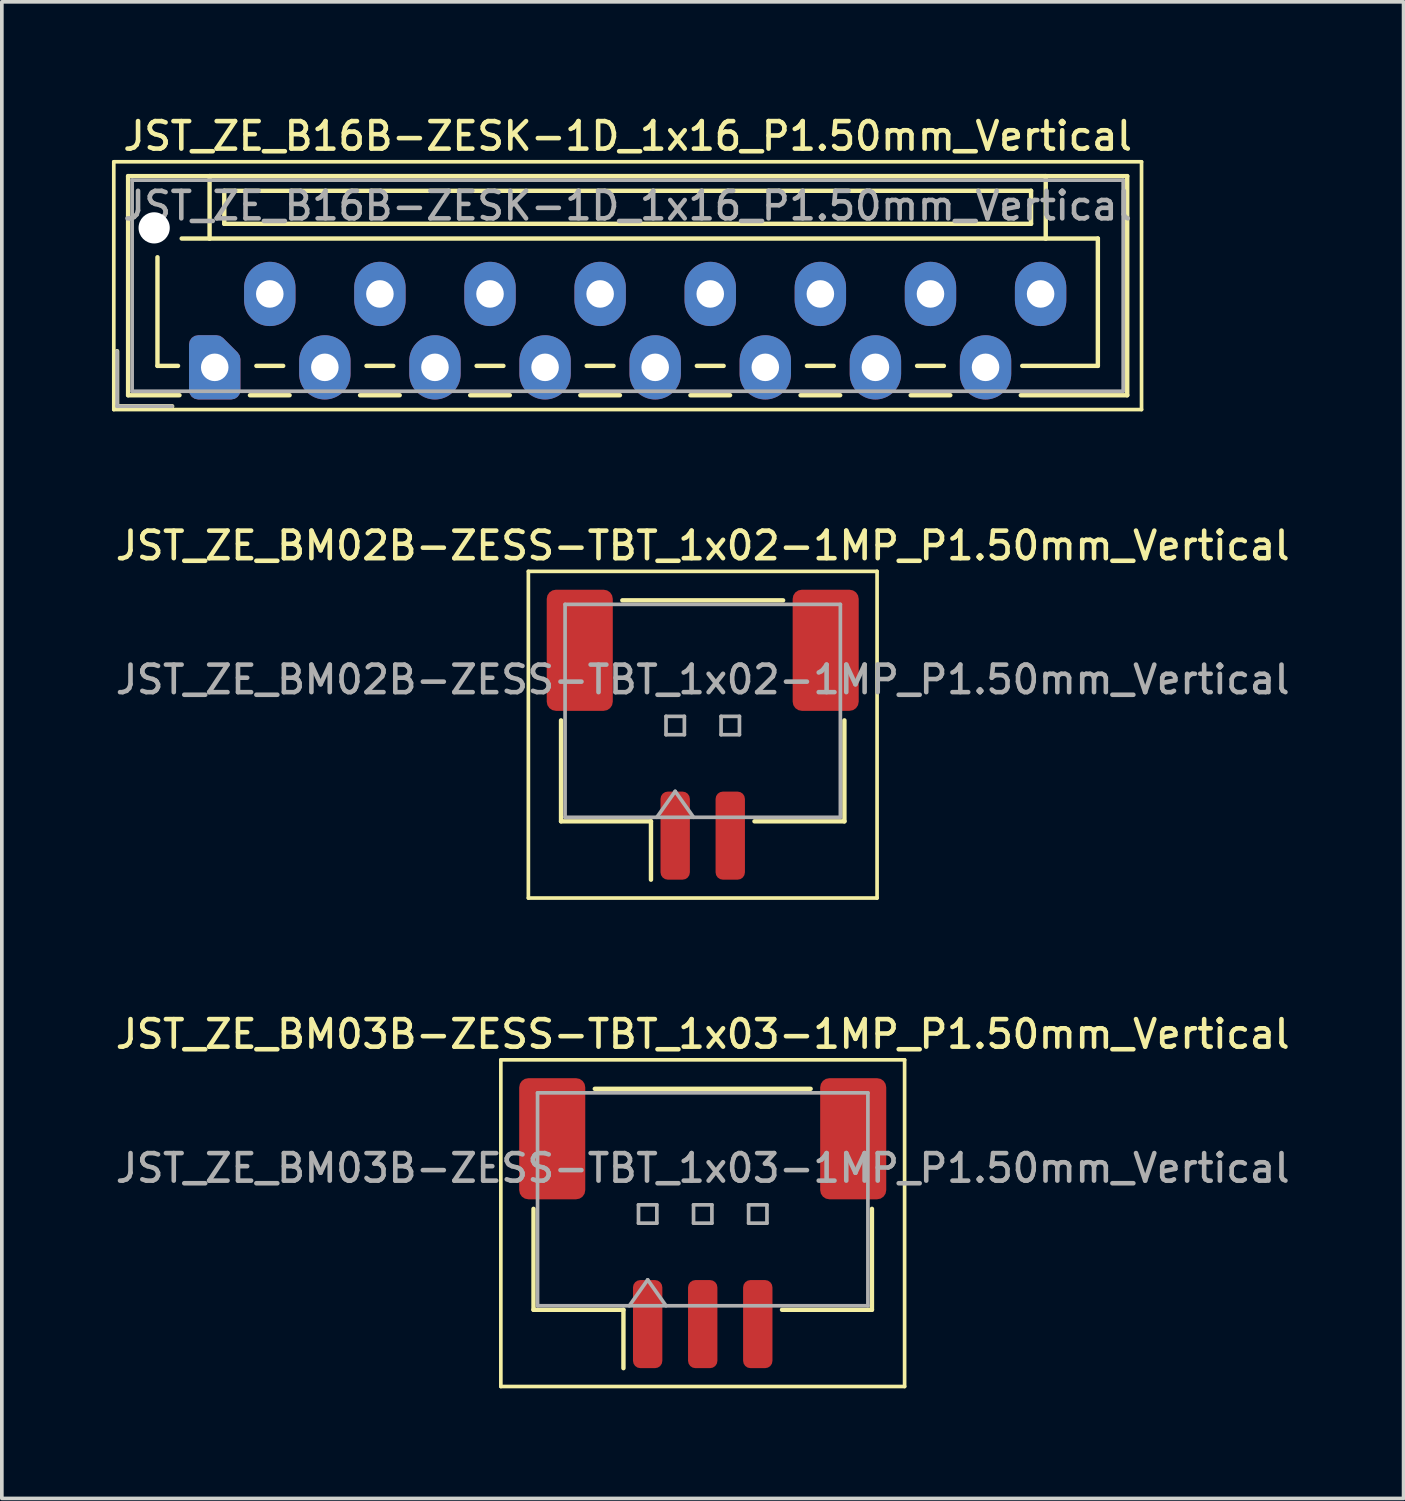
<source format=kicad_pcb>
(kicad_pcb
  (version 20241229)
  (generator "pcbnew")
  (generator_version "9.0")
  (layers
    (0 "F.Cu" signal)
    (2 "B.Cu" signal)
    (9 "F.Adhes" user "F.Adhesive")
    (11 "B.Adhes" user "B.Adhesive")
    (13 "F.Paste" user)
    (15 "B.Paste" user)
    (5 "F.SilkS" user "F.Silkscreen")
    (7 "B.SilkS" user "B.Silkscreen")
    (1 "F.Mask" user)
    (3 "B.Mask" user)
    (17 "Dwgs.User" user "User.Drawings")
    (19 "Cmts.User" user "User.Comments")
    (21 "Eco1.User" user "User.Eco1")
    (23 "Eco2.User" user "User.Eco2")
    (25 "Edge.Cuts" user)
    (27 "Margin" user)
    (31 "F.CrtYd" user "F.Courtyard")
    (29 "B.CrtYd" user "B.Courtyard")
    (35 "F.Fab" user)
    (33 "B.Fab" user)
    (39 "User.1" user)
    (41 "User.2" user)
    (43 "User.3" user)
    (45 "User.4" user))
  (footprint "JST_ZE_B16B-ZESK-1D_1x16_P1.50mm_Vertical"
    (layer "F.Cu")
    (at 2.8 6.958)
    (property "Reference" "JST_ZE_B16B-ZESK-1D_1x16_P1.50mm_Vertical" (at 11.25 -6.3 0) (layer "F.SilkS") (effects (font (size 0.75 0.75) (thickness 0.125))))
    (attr through_hole)
    (fp_line (start -2.75 -5.6) (end -2.75 1.15) (stroke (width 0.1) (type solid)) (layer "F.SilkS"))
    (fp_line (start -2.75 1.15) (end 25.25 1.15) (stroke (width 0.1) (type solid)) (layer "F.SilkS"))
    (fp_line (start -2.66 -0.44) (end -2.66 1.06) (stroke (width 0.12) (type solid)) (layer "F.SilkS"))
    (fp_line (start -2.66 1.06) (end -1.16 1.06) (stroke (width 0.12) (type solid)) (layer "F.SilkS"))
    (fp_line (start -2.36 -5.21) (end 24.86 -5.21) (stroke (width 0.12) (type solid)) (layer "F.SilkS"))
    (fp_line (start -2.36 0.76) (end -2.36 -5.21) (stroke (width 0.12) (type solid)) (layer "F.SilkS"))
    (fp_line (start -1.56 -3) (end -1.56 -0.04) (stroke (width 0.12) (type solid)) (layer "F.SilkS"))
    (fp_line (start -1.56 -0.04) (end -1 -0.04) (stroke (width 0.12) (type solid)) (layer "F.SilkS"))
    (fp_line (start -0.96 0.76) (end -2.36 0.76) (stroke (width 0.12) (type solid)) (layer "F.SilkS"))
    (fp_line (start -0.14 -5.21) (end -0.14 -3.51) (stroke (width 0.12) (type solid)) (layer "F.SilkS"))
    (fp_line (start -0.14 -3.51) (end -0.9 -3.51) (stroke (width 0.12) (type solid)) (layer "F.SilkS"))
    (fp_line (start -0.14 -3.51) (end 22.64 -3.51) (stroke (width 0.12) (type solid)) (layer "F.SilkS"))
    (fp_line (start 0.26 -4.81) (end 0.26 -3.91) (stroke (width 0.12) (type solid)) (layer "F.SilkS"))
    (fp_line (start 0.26 -3.91) (end 22.24 -3.91) (stroke (width 0.12) (type solid)) (layer "F.SilkS"))
    (fp_line (start 0.96 0.76) (end 2.04 0.76) (stroke (width 0.12) (type solid)) (layer "F.SilkS"))
    (fp_line (start 1.135 -0.04) (end 1.865 -0.04) (stroke (width 0.12) (type solid)) (layer "F.SilkS"))
    (fp_line (start 3.96 0.76) (end 5.04 0.76) (stroke (width 0.12) (type solid)) (layer "F.SilkS"))
    (fp_line (start 4.135 -0.04) (end 4.865 -0.04) (stroke (width 0.12) (type solid)) (layer "F.SilkS"))
    (fp_line (start 6.96 0.76) (end 8.04 0.76) (stroke (width 0.12) (type solid)) (layer "F.SilkS"))
    (fp_line (start 7.135 -0.04) (end 7.865 -0.04) (stroke (width 0.12) (type solid)) (layer "F.SilkS"))
    (fp_line (start 9.96 0.76) (end 11.04 0.76) (stroke (width 0.12) (type solid)) (layer "F.SilkS"))
    (fp_line (start 10.135 -0.04) (end 10.865 -0.04) (stroke (width 0.12) (type solid)) (layer "F.SilkS"))
    (fp_line (start 12.96 0.76) (end 14.04 0.76) (stroke (width 0.12) (type solid)) (layer "F.SilkS"))
    (fp_line (start 13.135 -0.04) (end 13.865 -0.04) (stroke (width 0.12) (type solid)) (layer "F.SilkS"))
    (fp_line (start 15.96 0.76) (end 17.04 0.76) (stroke (width 0.12) (type solid)) (layer "F.SilkS"))
    (fp_line (start 16.135 -0.04) (end 16.865 -0.04) (stroke (width 0.12) (type solid)) (layer "F.SilkS"))
    (fp_line (start 18.96 0.76) (end 20.04 0.76) (stroke (width 0.12) (type solid)) (layer "F.SilkS"))
    (fp_line (start 19.135 -0.04) (end 19.865 -0.04) (stroke (width 0.12) (type solid)) (layer "F.SilkS"))
    (fp_line (start 22.24 -4.81) (end 0.26 -4.81) (stroke (width 0.12) (type solid)) (layer "F.SilkS"))
    (fp_line (start 22.24 -3.91) (end 22.24 -4.81) (stroke (width 0.12) (type solid)) (layer "F.SilkS"))
    (fp_line (start 22.64 -5.21) (end -0.14 -5.21) (stroke (width 0.12) (type solid)) (layer "F.SilkS"))
    (fp_line (start 22.64 -3.51) (end 22.64 -5.21) (stroke (width 0.12) (type solid)) (layer "F.SilkS"))
    (fp_line (start 22.64 -3.51) (end 24.06 -3.51) (stroke (width 0.12) (type solid)) (layer "F.SilkS"))
    (fp_line (start 24.06 -3.51) (end 24.06 -0.04) (stroke (width 0.12) (type solid)) (layer "F.SilkS"))
    (fp_line (start 24.06 -0.04) (end 22 -0.04) (stroke (width 0.12) (type solid)) (layer "F.SilkS"))
    (fp_line (start 24.86 -5.21) (end 24.86 0.76) (stroke (width 0.12) (type solid)) (layer "F.SilkS"))
    (fp_line (start 24.86 0.76) (end 21.96 0.76) (stroke (width 0.12) (type solid)) (layer "F.SilkS"))
    (fp_line (start 25.25 -5.6) (end -2.75 -5.6) (stroke (width 0.1) (type solid)) (layer "F.SilkS"))
    (fp_line (start 25.25 1.15) (end 25.25 -5.6) (stroke (width 0.1) (type solid)) (layer "F.SilkS"))
    (fp_line (start -2.66 -0.44) (end -2.66 1.06) (stroke (width 0.1) (type solid)) (layer "F.Fab"))
    (fp_line (start -2.66 1.06) (end -1.16 1.06) (stroke (width 0.1) (type solid)) (layer "F.Fab"))
    (fp_line (start -2.25 -5.1) (end -2.25 0.65) (stroke (width 0.1) (type solid)) (layer "F.Fab"))
    (fp_line (start -2.25 0.65) (end 24.75 0.65) (stroke (width 0.1) (type solid)) (layer "F.Fab"))
    (fp_line (start 24.75 -5.1) (end -2.25 -5.1) (stroke (width 0.1) (type solid)) (layer "F.Fab"))
    (fp_line (start 24.75 0.65) (end 24.75 -5.1) (stroke (width 0.1) (type solid)) (layer "F.Fab"))
    (fp_text user "${REFERENCE}" (at 11.25 -4.4 0) (layer "F.Fab") (effects (font (size 0.75 0.75) (thickness 0.125))))
    (pad "" np_thru_hole circle (at -1.65 -3.8) (size 0.85 0.85) (drill 0.85) (layers "*.Cu" "*.Mask"))
    (pad "1" thru_hole custom (at 0 0) (size 1.117 1.117) (drill 0.75) (layers "*.Cu" "*.Mask") (options (anchor circle)) (primitives (gr_poly (pts (xy 0.45 -0.225) (xy 0.45 0.625) (xy -0.45 0.625) (xy -0.45 -0.625) (xy 0.05 -0.625)) (width 0.5) (fill yes))))
    (pad "2" thru_hole oval (at 1.5 -2) (size 1.4 1.75) (drill 0.75) (layers "*.Cu" "*.Mask"))
    (pad "3" thru_hole oval (at 3 0) (size 1.4 1.75) (drill 0.75) (layers "*.Cu" "*.Mask"))
    (pad "4" thru_hole oval (at 4.5 -2) (size 1.4 1.75) (drill 0.75) (layers "*.Cu" "*.Mask"))
    (pad "5" thru_hole oval (at 6 0) (size 1.4 1.75) (drill 0.75) (layers "*.Cu" "*.Mask"))
    (pad "6" thru_hole oval (at 7.5 -2) (size 1.4 1.75) (drill 0.75) (layers "*.Cu" "*.Mask"))
    (pad "7" thru_hole oval (at 9 0) (size 1.4 1.75) (drill 0.75) (layers "*.Cu" "*.Mask"))
    (pad "8" thru_hole oval (at 10.5 -2) (size 1.4 1.75) (drill 0.75) (layers "*.Cu" "*.Mask"))
    (pad "9" thru_hole oval (at 12 0) (size 1.4 1.75) (drill 0.75) (layers "*.Cu" "*.Mask"))
    (pad "10" thru_hole oval (at 13.5 -2) (size 1.4 1.75) (drill 0.75) (layers "*.Cu" "*.Mask"))
    (pad "11" thru_hole oval (at 15 0) (size 1.4 1.75) (drill 0.75) (layers "*.Cu" "*.Mask"))
    (pad "12" thru_hole oval (at 16.5 -2) (size 1.4 1.75) (drill 0.75) (layers "*.Cu" "*.Mask"))
    (pad "13" thru_hole oval (at 18 0) (size 1.4 1.75) (drill 0.75) (layers "*.Cu" "*.Mask"))
    (pad "14" thru_hole oval (at 19.5 -2) (size 1.4 1.75) (drill 0.75) (layers "*.Cu" "*.Mask"))
    (pad "15" thru_hole oval (at 21 0) (size 1.4 1.75) (drill 0.75) (layers "*.Cu" "*.Mask"))
    (pad "16" thru_hole oval (at 22.5 -2) (size 1.4 1.75) (drill 0.75) (layers "*.Cu" "*.Mask")))
  (footprint "JST_ZE_BM03B-ZESS-TBT_1x03-1MP_P1.50mm_Vertical"
    (layer "F.Cu")
    (at 16.095 30.274)
    (property "Reference" "JST_ZE_BM03B-ZESS-TBT_1x03-1MP_P1.50mm_Vertical" (at 0 -5.15 0) (layer "F.SilkS") (effects (font (size 0.75 0.75) (thickness 0.125))))
    (attr smd)
    (fp_line (start -5.5 -4.45) (end -5.5 4.45) (stroke (width 0.1) (type solid)) (layer "F.SilkS"))
    (fp_line (start -5.5 4.45) (end 5.5 4.45) (stroke (width 0.1) (type solid)) (layer "F.SilkS"))
    (fp_line (start -4.61 -0.39) (end -4.61 2.36) (stroke (width 0.12) (type solid)) (layer "F.SilkS"))
    (fp_line (start -4.61 2.36) (end -2.16 2.36) (stroke (width 0.12) (type solid)) (layer "F.SilkS"))
    (fp_line (start -2.94 -3.66) (end 2.94 -3.66) (stroke (width 0.12) (type solid)) (layer "F.SilkS"))
    (fp_line (start -2.16 2.36) (end -2.16 3.95) (stroke (width 0.12) (type solid)) (layer "F.SilkS"))
    (fp_line (start 4.61 -0.39) (end 4.61 2.36) (stroke (width 0.12) (type solid)) (layer "F.SilkS"))
    (fp_line (start 4.61 2.36) (end 2.16 2.36) (stroke (width 0.12) (type solid)) (layer "F.SilkS"))
    (fp_line (start 5.5 -4.45) (end -5.5 -4.45) (stroke (width 0.1) (type solid)) (layer "F.SilkS"))
    (fp_line (start 5.5 4.45) (end 5.5 -4.45) (stroke (width 0.1) (type solid)) (layer "F.SilkS"))
    (fp_line (start -4.5 -3.55) (end 4.5 -3.55) (stroke (width 0.1) (type solid)) (layer "F.Fab"))
    (fp_line (start -4.5 2.25) (end -4.5 -3.55) (stroke (width 0.1) (type solid)) (layer "F.Fab"))
    (fp_line (start -4.5 2.25) (end 4.5 2.25) (stroke (width 0.1) (type solid)) (layer "F.Fab"))
    (fp_line (start -2 2.25) (end -1.5 1.543) (stroke (width 0.1) (type solid)) (layer "F.Fab"))
    (fp_line (start -1.75 -0.5) (end -1.75 0) (stroke (width 0.1) (type solid)) (layer "F.Fab"))
    (fp_line (start -1.75 0) (end -1.25 0) (stroke (width 0.1) (type solid)) (layer "F.Fab"))
    (fp_line (start -1.5 1.543) (end -1 2.25) (stroke (width 0.1) (type solid)) (layer "F.Fab"))
    (fp_line (start -1.25 -0.5) (end -1.75 -0.5) (stroke (width 0.1) (type solid)) (layer "F.Fab"))
    (fp_line (start -1.25 0) (end -1.25 -0.5) (stroke (width 0.1) (type solid)) (layer "F.Fab"))
    (fp_line (start -0.25 -0.5) (end -0.25 0) (stroke (width 0.1) (type solid)) (layer "F.Fab"))
    (fp_line (start -0.25 0) (end 0.25 0) (stroke (width 0.1) (type solid)) (layer "F.Fab"))
    (fp_line (start 0.25 -0.5) (end -0.25 -0.5) (stroke (width 0.1) (type solid)) (layer "F.Fab"))
    (fp_line (start 0.25 0) (end 0.25 -0.5) (stroke (width 0.1) (type solid)) (layer "F.Fab"))
    (fp_line (start 1.25 -0.5) (end 1.25 0) (stroke (width 0.1) (type solid)) (layer "F.Fab"))
    (fp_line (start 1.25 0) (end 1.75 0) (stroke (width 0.1) (type solid)) (layer "F.Fab"))
    (fp_line (start 1.75 -0.5) (end 1.25 -0.5) (stroke (width 0.1) (type solid)) (layer "F.Fab"))
    (fp_line (start 1.75 0) (end 1.75 -0.5) (stroke (width 0.1) (type solid)) (layer "F.Fab"))
    (fp_line (start 4.5 2.25) (end 4.5 -3.55) (stroke (width 0.1) (type solid)) (layer "F.Fab"))
    (fp_text user "${REFERENCE}" (at 0 -1.5 0) (layer "F.Fab") (effects (font (size 0.75 0.75) (thickness 0.125))))
    (pad "1" smd roundrect (at -1.5 2.75) (size 0.8 2.4) (layers "F.Cu" "F.Mask" "F.Paste") (roundrect_rratio 0.25))
    (pad "2" smd roundrect (at 0 2.75) (size 0.8 2.4) (layers "F.Cu" "F.Mask" "F.Paste") (roundrect_rratio 0.25))
    (pad "3" smd roundrect (at 1.5 2.75) (size 0.8 2.4) (layers "F.Cu" "F.Mask" "F.Paste") (roundrect_rratio 0.25))
    (pad "MP" smd roundrect (at -4.1 -2.3) (size 1.8 3.3) (layers "F.Cu" "F.Mask" "F.Paste") (roundrect_rratio 0.139))
    (pad "MP" smd roundrect (at 4.1 -2.3) (size 1.8 3.3) (layers "F.Cu" "F.Mask" "F.Paste") (roundrect_rratio 0.139)))
  (footprint "JST_ZE_BM02B-ZESS-TBT_1x02-1MP_P1.50mm_Vertical"
    (layer "F.Cu")
    (at 16.095 16.966)
    (property "Reference" "JST_ZE_BM02B-ZESS-TBT_1x02-1MP_P1.50mm_Vertical" (at 0 -5.15 0) (layer "F.SilkS") (effects (font (size 0.75 0.75) (thickness 0.125))))
    (attr smd)
    (fp_line (start -4.75 -4.45) (end -4.75 4.45) (stroke (width 0.1) (type solid)) (layer "F.SilkS"))
    (fp_line (start -4.75 4.45) (end 4.75 4.45) (stroke (width 0.1) (type solid)) (layer "F.SilkS"))
    (fp_line (start -3.86 -0.39) (end -3.86 2.36) (stroke (width 0.12) (type solid)) (layer "F.SilkS"))
    (fp_line (start -3.86 2.36) (end -1.41 2.36) (stroke (width 0.12) (type solid)) (layer "F.SilkS"))
    (fp_line (start -2.19 -3.66) (end 2.19 -3.66) (stroke (width 0.12) (type solid)) (layer "F.SilkS"))
    (fp_line (start -1.41 2.36) (end -1.41 3.95) (stroke (width 0.12) (type solid)) (layer "F.SilkS"))
    (fp_line (start 3.86 -0.39) (end 3.86 2.36) (stroke (width 0.12) (type solid)) (layer "F.SilkS"))
    (fp_line (start 3.86 2.36) (end 1.41 2.36) (stroke (width 0.12) (type solid)) (layer "F.SilkS"))
    (fp_line (start 4.75 -4.45) (end -4.75 -4.45) (stroke (width 0.1) (type solid)) (layer "F.SilkS"))
    (fp_line (start 4.75 4.45) (end 4.75 -4.45) (stroke (width 0.1) (type solid)) (layer "F.SilkS"))
    (fp_line (start -3.75 -3.55) (end 3.75 -3.55) (stroke (width 0.1) (type solid)) (layer "F.Fab"))
    (fp_line (start -3.75 2.25) (end -3.75 -3.55) (stroke (width 0.1) (type solid)) (layer "F.Fab"))
    (fp_line (start -3.75 2.25) (end 3.75 2.25) (stroke (width 0.1) (type solid)) (layer "F.Fab"))
    (fp_line (start -1.25 2.25) (end -0.75 1.543) (stroke (width 0.1) (type solid)) (layer "F.Fab"))
    (fp_line (start -1 -0.5) (end -1 0) (stroke (width 0.1) (type solid)) (layer "F.Fab"))
    (fp_line (start -1 0) (end -0.5 0) (stroke (width 0.1) (type solid)) (layer "F.Fab"))
    (fp_line (start -0.75 1.543) (end -0.25 2.25) (stroke (width 0.1) (type solid)) (layer "F.Fab"))
    (fp_line (start -0.5 -0.5) (end -1 -0.5) (stroke (width 0.1) (type solid)) (layer "F.Fab"))
    (fp_line (start -0.5 0) (end -0.5 -0.5) (stroke (width 0.1) (type solid)) (layer "F.Fab"))
    (fp_line (start 0.5 -0.5) (end 0.5 0) (stroke (width 0.1) (type solid)) (layer "F.Fab"))
    (fp_line (start 0.5 0) (end 1 0) (stroke (width 0.1) (type solid)) (layer "F.Fab"))
    (fp_line (start 1 -0.5) (end 0.5 -0.5) (stroke (width 0.1) (type solid)) (layer "F.Fab"))
    (fp_line (start 1 0) (end 1 -0.5) (stroke (width 0.1) (type solid)) (layer "F.Fab"))
    (fp_line (start 3.75 2.25) (end 3.75 -3.55) (stroke (width 0.1) (type solid)) (layer "F.Fab"))
    (fp_text user "${REFERENCE}" (at 0 -1.5 0) (layer "F.Fab") (effects (font (size 0.75 0.75) (thickness 0.125))))
    (pad "1" smd roundrect (at -0.75 2.75) (size 0.8 2.4) (layers "F.Cu" "F.Mask" "F.Paste") (roundrect_rratio 0.25))
    (pad "2" smd roundrect (at 0.75 2.75) (size 0.8 2.4) (layers "F.Cu" "F.Mask" "F.Paste") (roundrect_rratio 0.25))
    (pad "MP" smd roundrect (at -3.35 -2.3) (size 1.8 3.3) (layers "F.Cu" "F.Mask" "F.Paste") (roundrect_rratio 0.139))
    (pad "MP" smd roundrect (at 3.35 -2.3) (size 1.8 3.3) (layers "F.Cu" "F.Mask" "F.Paste") (roundrect_rratio 0.139)))
  (gr_rect
    (start -3 -3)
    (end 35.189 37.774)
    (stroke (width 0.1) (type default))
    (fill no)
    (layer "Edge.Cuts")))
</source>
